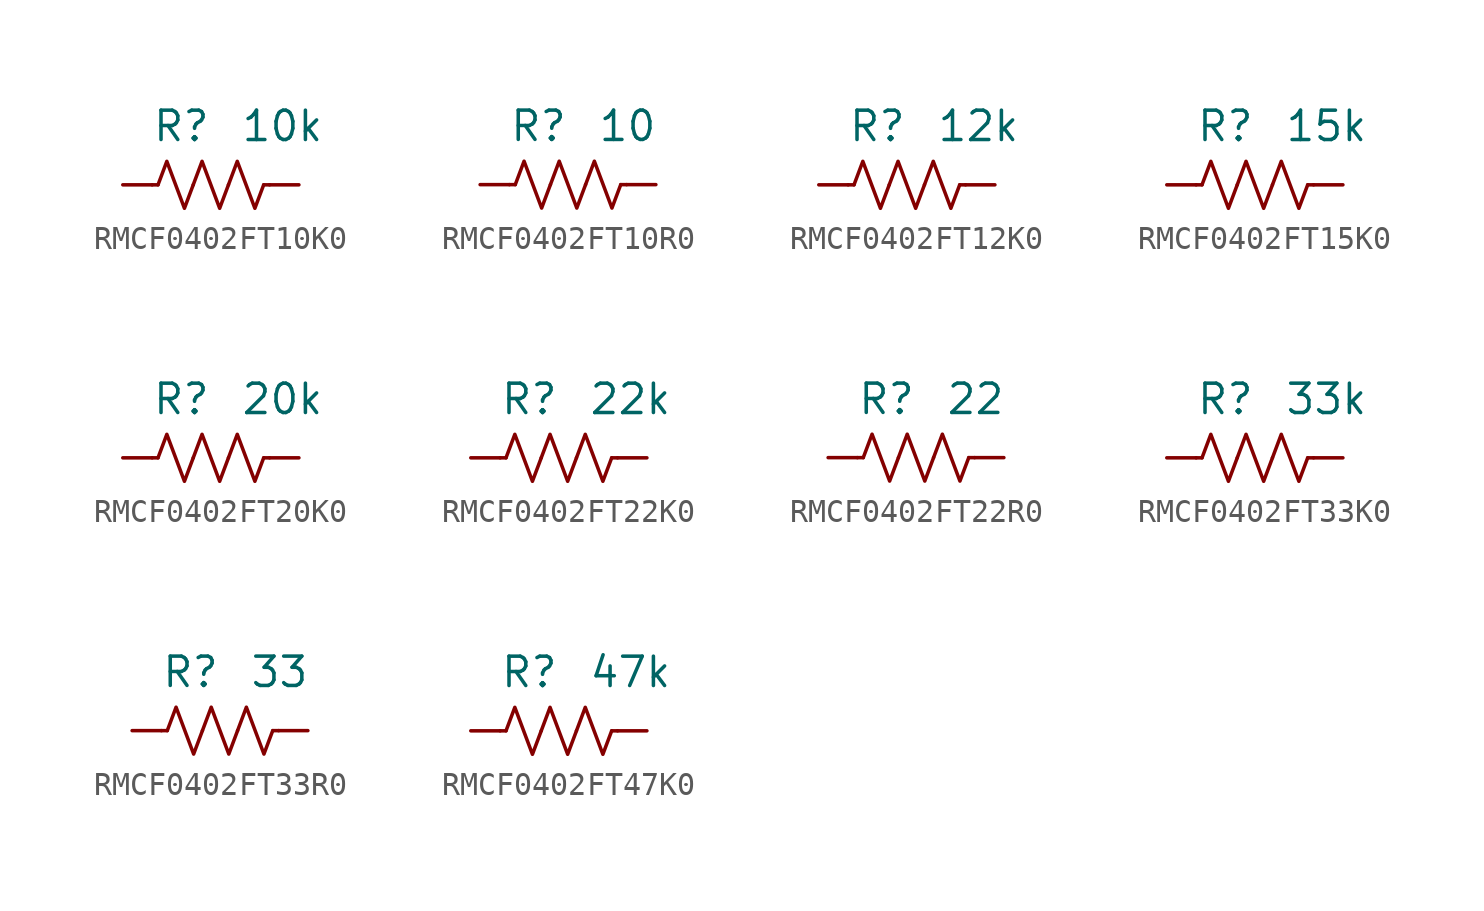
<source format=kicad_sym>
(kicad_symbol_lib
  (version 20241209)
  (generator "kicad_symbol_editor")
  (generator_version "9.0")
  (symbol "RMCF0402FT10K0"
    (pin_numbers
      (hide yes))
    (property "Reference" "R"
      (at 0 2.54 0)
      (effects (font (size 1.27 1.27)) (justify right)))
    (property "Value" "10k"
      (at 1.27 2.54 0)
      (effects (font (size 1.27 1.27)) (justify left)))
    (symbol "RMCF0402FT10K0_0_1"
      (polyline (pts (xy -2.286 0) (xy -2.54 0)) (stroke (width 0) (type default)) (fill (type none)))
      (polyline (pts (xy -2.286 0) (xy -1.905 1.016) (xy -1.524 0) (xy -1.143 -1.016) (xy -0.762 0)) (stroke (width 0) (type default)) (fill (type none)))
      (polyline (pts (xy -0.762 0) (xy -0.381 1.016) (xy 0 0) (xy 0.381 -1.016) (xy 0.762 0)) (stroke (width 0) (type default)) (fill (type none)))
      (polyline (pts (xy 0.762 0) (xy 1.143 1.016) (xy 1.524 0) (xy 1.905 -1.016) (xy 2.286 0)) (stroke (width 0) (type default)) (fill (type none)))
      (polyline (pts (xy 2.286 0) (xy 2.54 0)) (stroke (width 0) (type default)) (fill (type none))))
    (symbol "RMCF0402FT10K0_1_1"
      (pin passive line (at -3.81 0 0) (length 1.27) (name "~" (effects (font (size 1.27 1.27)))) (number "1" (effects (font (size 1.27 1.27)))))
      (pin passive line (at 3.81 0 180) (length 1.27) (name "~" (effects (font (size 1.27 1.27)))) (number "2" (effects (font (size 1.27 1.27)))))))
  (symbol "RMCF0402FT10R0"
    (pin_numbers
      (hide yes))
    (property "Reference" "R"
      (at 0 2.54 0)
      (effects (font (size 1.27 1.27)) (justify right)))
    (property "Value" "10"
      (at 1.27 2.54 0)
      (effects (font (size 1.27 1.27)) (justify left)))
    (symbol "RMCF0402FT10R0_0_1"
      (polyline (pts (xy -2.286 0) (xy -2.54 0)) (stroke (width 0) (type default)) (fill (type none)))
      (polyline (pts (xy -2.286 0) (xy -1.905 1.016) (xy -1.524 0) (xy -1.143 -1.016) (xy -0.762 0)) (stroke (width 0) (type default)) (fill (type none)))
      (polyline (pts (xy -0.762 0) (xy -0.381 1.016) (xy 0 0) (xy 0.381 -1.016) (xy 0.762 0)) (stroke (width 0) (type default)) (fill (type none)))
      (polyline (pts (xy 0.762 0) (xy 1.143 1.016) (xy 1.524 0) (xy 1.905 -1.016) (xy 2.286 0)) (stroke (width 0) (type default)) (fill (type none)))
      (polyline (pts (xy 2.286 0) (xy 2.54 0)) (stroke (width 0) (type default)) (fill (type none))))
    (symbol "RMCF0402FT10R0_1_1"
      (pin passive line (at -3.81 0 0) (length 1.27) (name "~" (effects (font (size 1.27 1.27)))) (number "1" (effects (font (size 1.27 1.27)))))
      (pin passive line (at 3.81 0 180) (length 1.27) (name "~" (effects (font (size 1.27 1.27)))) (number "2" (effects (font (size 1.27 1.27)))))))
  (symbol "RMCF0402FT12K0"
    (pin_numbers
      (hide yes))
    (property "Reference" "R"
      (at 0 2.54 0)
      (effects (font (size 1.27 1.27)) (justify right)))
    (property "Value" "12k"
      (at 1.27 2.54 0)
      (effects (font (size 1.27 1.27)) (justify left)))
    (symbol "RMCF0402FT12K0_0_1"
      (polyline (pts (xy -2.286 0) (xy -2.54 0)) (stroke (width 0) (type default)) (fill (type none)))
      (polyline (pts (xy -2.286 0) (xy -1.905 1.016) (xy -1.524 0) (xy -1.143 -1.016) (xy -0.762 0)) (stroke (width 0) (type default)) (fill (type none)))
      (polyline (pts (xy -0.762 0) (xy -0.381 1.016) (xy 0 0) (xy 0.381 -1.016) (xy 0.762 0)) (stroke (width 0) (type default)) (fill (type none)))
      (polyline (pts (xy 0.762 0) (xy 1.143 1.016) (xy 1.524 0) (xy 1.905 -1.016) (xy 2.286 0)) (stroke (width 0) (type default)) (fill (type none)))
      (polyline (pts (xy 2.286 0) (xy 2.54 0)) (stroke (width 0) (type default)) (fill (type none))))
    (symbol "RMCF0402FT12K0_1_1"
      (pin passive line (at -3.81 0 0) (length 1.27) (name "~" (effects (font (size 1.27 1.27)))) (number "1" (effects (font (size 1.27 1.27)))))
      (pin passive line (at 3.81 0 180) (length 1.27) (name "~" (effects (font (size 1.27 1.27)))) (number "2" (effects (font (size 1.27 1.27)))))))
  (symbol "RMCF0402FT15K0"
    (pin_numbers
      (hide yes))
    (property "Reference" "R"
      (at 0 2.54 0)
      (effects (font (size 1.27 1.27)) (justify right)))
    (property "Value" "15k"
      (at 1.27 2.54 0)
      (effects (font (size 1.27 1.27)) (justify left)))
    (symbol "RMCF0402FT15K0_0_1"
      (polyline (pts (xy -2.286 0) (xy -2.54 0)) (stroke (width 0) (type default)) (fill (type none)))
      (polyline (pts (xy -2.286 0) (xy -1.905 1.016) (xy -1.524 0) (xy -1.143 -1.016) (xy -0.762 0)) (stroke (width 0) (type default)) (fill (type none)))
      (polyline (pts (xy -0.762 0) (xy -0.381 1.016) (xy 0 0) (xy 0.381 -1.016) (xy 0.762 0)) (stroke (width 0) (type default)) (fill (type none)))
      (polyline (pts (xy 0.762 0) (xy 1.143 1.016) (xy 1.524 0) (xy 1.905 -1.016) (xy 2.286 0)) (stroke (width 0) (type default)) (fill (type none)))
      (polyline (pts (xy 2.286 0) (xy 2.54 0)) (stroke (width 0) (type default)) (fill (type none))))
    (symbol "RMCF0402FT15K0_1_1"
      (pin passive line (at -3.81 0 0) (length 1.27) (name "~" (effects (font (size 1.27 1.27)))) (number "1" (effects (font (size 1.27 1.27)))))
      (pin passive line (at 3.81 0 180) (length 1.27) (name "~" (effects (font (size 1.27 1.27)))) (number "2" (effects (font (size 1.27 1.27)))))))
  (symbol "RMCF0402FT20K0"
    (pin_numbers
      (hide yes))
    (property "Reference" "R"
      (at 0 2.54 0)
      (effects (font (size 1.27 1.27)) (justify right)))
    (property "Value" "20k"
      (at 1.27 2.54 0)
      (effects (font (size 1.27 1.27)) (justify left)))
    (symbol "RMCF0402FT20K0_0_1"
      (polyline (pts (xy -2.286 0) (xy -2.54 0)) (stroke (width 0) (type default)) (fill (type none)))
      (polyline (pts (xy -2.286 0) (xy -1.905 1.016) (xy -1.524 0) (xy -1.143 -1.016) (xy -0.762 0)) (stroke (width 0) (type default)) (fill (type none)))
      (polyline (pts (xy -0.762 0) (xy -0.381 1.016) (xy 0 0) (xy 0.381 -1.016) (xy 0.762 0)) (stroke (width 0) (type default)) (fill (type none)))
      (polyline (pts (xy 0.762 0) (xy 1.143 1.016) (xy 1.524 0) (xy 1.905 -1.016) (xy 2.286 0)) (stroke (width 0) (type default)) (fill (type none)))
      (polyline (pts (xy 2.286 0) (xy 2.54 0)) (stroke (width 0) (type default)) (fill (type none))))
    (symbol "RMCF0402FT20K0_1_1"
      (pin passive line (at -3.81 0 0) (length 1.27) (name "~" (effects (font (size 1.27 1.27)))) (number "1" (effects (font (size 1.27 1.27)))))
      (pin passive line (at 3.81 0 180) (length 1.27) (name "~" (effects (font (size 1.27 1.27)))) (number "2" (effects (font (size 1.27 1.27)))))))
  (symbol "RMCF0402FT22K0"
    (pin_numbers
      (hide yes))
    (property "Reference" "R"
      (at 0 2.54 0)
      (effects (font (size 1.27 1.27)) (justify right)))
    (property "Value" "22k"
      (at 1.27 2.54 0)
      (effects (font (size 1.27 1.27)) (justify left)))
    (symbol "RMCF0402FT22K0_0_1"
      (polyline (pts (xy -2.286 0) (xy -2.54 0)) (stroke (width 0) (type default)) (fill (type none)))
      (polyline (pts (xy -2.286 0) (xy -1.905 1.016) (xy -1.524 0) (xy -1.143 -1.016) (xy -0.762 0)) (stroke (width 0) (type default)) (fill (type none)))
      (polyline (pts (xy -0.762 0) (xy -0.381 1.016) (xy 0 0) (xy 0.381 -1.016) (xy 0.762 0)) (stroke (width 0) (type default)) (fill (type none)))
      (polyline (pts (xy 0.762 0) (xy 1.143 1.016) (xy 1.524 0) (xy 1.905 -1.016) (xy 2.286 0)) (stroke (width 0) (type default)) (fill (type none)))
      (polyline (pts (xy 2.286 0) (xy 2.54 0)) (stroke (width 0) (type default)) (fill (type none))))
    (symbol "RMCF0402FT22K0_1_1"
      (pin passive line (at -3.81 0 0) (length 1.27) (name "~" (effects (font (size 1.27 1.27)))) (number "1" (effects (font (size 1.27 1.27)))))
      (pin passive line (at 3.81 0 180) (length 1.27) (name "~" (effects (font (size 1.27 1.27)))) (number "2" (effects (font (size 1.27 1.27)))))))
  (symbol "RMCF0402FT22R0"
    (pin_numbers
      (hide yes))
    (property "Reference" "R"
      (at 0 2.54 0)
      (effects (font (size 1.27 1.27)) (justify right)))
    (property "Value" "22"
      (at 1.27 2.54 0)
      (effects (font (size 1.27 1.27)) (justify left)))
    (symbol "RMCF0402FT22R0_0_1"
      (polyline (pts (xy -2.286 0) (xy -2.54 0)) (stroke (width 0) (type default)) (fill (type none)))
      (polyline (pts (xy -2.286 0) (xy -1.905 1.016) (xy -1.524 0) (xy -1.143 -1.016) (xy -0.762 0)) (stroke (width 0) (type default)) (fill (type none)))
      (polyline (pts (xy -0.762 0) (xy -0.381 1.016) (xy 0 0) (xy 0.381 -1.016) (xy 0.762 0)) (stroke (width 0) (type default)) (fill (type none)))
      (polyline (pts (xy 0.762 0) (xy 1.143 1.016) (xy 1.524 0) (xy 1.905 -1.016) (xy 2.286 0)) (stroke (width 0) (type default)) (fill (type none)))
      (polyline (pts (xy 2.286 0) (xy 2.54 0)) (stroke (width 0) (type default)) (fill (type none))))
    (symbol "RMCF0402FT22R0_1_1"
      (pin passive line (at -3.81 0 0) (length 1.27) (name "~" (effects (font (size 1.27 1.27)))) (number "1" (effects (font (size 1.27 1.27)))))
      (pin passive line (at 3.81 0 180) (length 1.27) (name "~" (effects (font (size 1.27 1.27)))) (number "2" (effects (font (size 1.27 1.27)))))))
  (symbol "RMCF0402FT33K0"
    (pin_numbers
      (hide yes))
    (property "Reference" "R"
      (at 0 2.54 0)
      (effects (font (size 1.27 1.27)) (justify right)))
    (property "Value" "33k"
      (at 1.27 2.54 0)
      (effects (font (size 1.27 1.27)) (justify left)))
    (symbol "RMCF0402FT33K0_0_1"
      (polyline (pts (xy -2.286 0) (xy -2.54 0)) (stroke (width 0) (type default)) (fill (type none)))
      (polyline (pts (xy -2.286 0) (xy -1.905 1.016) (xy -1.524 0) (xy -1.143 -1.016) (xy -0.762 0)) (stroke (width 0) (type default)) (fill (type none)))
      (polyline (pts (xy -0.762 0) (xy -0.381 1.016) (xy 0 0) (xy 0.381 -1.016) (xy 0.762 0)) (stroke (width 0) (type default)) (fill (type none)))
      (polyline (pts (xy 0.762 0) (xy 1.143 1.016) (xy 1.524 0) (xy 1.905 -1.016) (xy 2.286 0)) (stroke (width 0) (type default)) (fill (type none)))
      (polyline (pts (xy 2.286 0) (xy 2.54 0)) (stroke (width 0) (type default)) (fill (type none))))
    (symbol "RMCF0402FT33K0_1_1"
      (pin passive line (at -3.81 0 0) (length 1.27) (name "~" (effects (font (size 1.27 1.27)))) (number "1" (effects (font (size 1.27 1.27)))))
      (pin passive line (at 3.81 0 180) (length 1.27) (name "~" (effects (font (size 1.27 1.27)))) (number "2" (effects (font (size 1.27 1.27)))))))
  (symbol "RMCF0402FT33R0"
    (pin_numbers
      (hide yes))
    (property "Reference" "R"
      (at 0 2.54 0)
      (effects (font (size 1.27 1.27)) (justify right)))
    (property "Value" "33"
      (at 1.27 2.54 0)
      (effects (font (size 1.27 1.27)) (justify left)))
    (symbol "RMCF0402FT33R0_0_1"
      (polyline (pts (xy -2.286 0) (xy -2.54 0)) (stroke (width 0) (type default)) (fill (type none)))
      (polyline (pts (xy -2.286 0) (xy -1.905 1.016) (xy -1.524 0) (xy -1.143 -1.016) (xy -0.762 0)) (stroke (width 0) (type default)) (fill (type none)))
      (polyline (pts (xy -0.762 0) (xy -0.381 1.016) (xy 0 0) (xy 0.381 -1.016) (xy 0.762 0)) (stroke (width 0) (type default)) (fill (type none)))
      (polyline (pts (xy 0.762 0) (xy 1.143 1.016) (xy 1.524 0) (xy 1.905 -1.016) (xy 2.286 0)) (stroke (width 0) (type default)) (fill (type none)))
      (polyline (pts (xy 2.286 0) (xy 2.54 0)) (stroke (width 0) (type default)) (fill (type none))))
    (symbol "RMCF0402FT33R0_1_1"
      (pin passive line (at -3.81 0 0) (length 1.27) (name "~" (effects (font (size 1.27 1.27)))) (number "1" (effects (font (size 1.27 1.27)))))
      (pin passive line (at 3.81 0 180) (length 1.27) (name "~" (effects (font (size 1.27 1.27)))) (number "2" (effects (font (size 1.27 1.27)))))))
  (symbol "RMCF0402FT47K0"
    (pin_numbers
      (hide yes))
    (property "Reference" "R"
      (at 0 2.54 0)
      (effects (font (size 1.27 1.27)) (justify right)))
    (property "Value" "47k"
      (at 1.27 2.54 0)
      (effects (font (size 1.27 1.27)) (justify left)))
    (symbol "RMCF0402FT47K0_0_1"
      (polyline (pts (xy -2.286 0) (xy -2.54 0)) (stroke (width 0) (type default)) (fill (type none)))
      (polyline (pts (xy -2.286 0) (xy -1.905 1.016) (xy -1.524 0) (xy -1.143 -1.016) (xy -0.762 0)) (stroke (width 0) (type default)) (fill (type none)))
      (polyline (pts (xy -0.762 0) (xy -0.381 1.016) (xy 0 0) (xy 0.381 -1.016) (xy 0.762 0)) (stroke (width 0) (type default)) (fill (type none)))
      (polyline (pts (xy 0.762 0) (xy 1.143 1.016) (xy 1.524 0) (xy 1.905 -1.016) (xy 2.286 0)) (stroke (width 0) (type default)) (fill (type none)))
      (polyline (pts (xy 2.286 0) (xy 2.54 0)) (stroke (width 0) (type default)) (fill (type none))))
    (symbol "RMCF0402FT47K0_1_1"
      (pin passive line (at -3.81 0 0) (length 1.27) (name "~" (effects (font (size 1.27 1.27)))) (number "1" (effects (font (size 1.27 1.27)))))
      (pin passive line (at 3.81 0 180) (length 1.27) (name "~" (effects (font (size 1.27 1.27)))) (number "2" (effects (font (size 1.27 1.27))))))))
</source>
